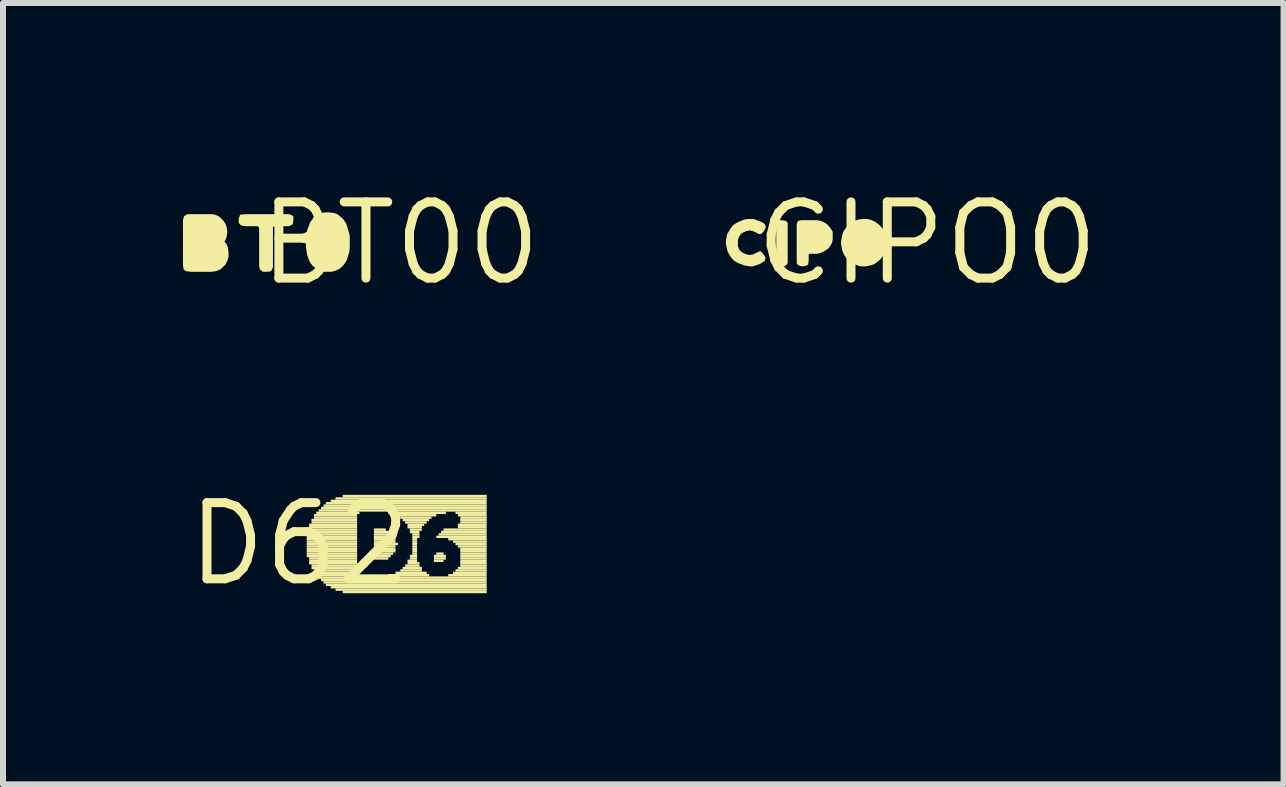
<source format=kicad_pcb>
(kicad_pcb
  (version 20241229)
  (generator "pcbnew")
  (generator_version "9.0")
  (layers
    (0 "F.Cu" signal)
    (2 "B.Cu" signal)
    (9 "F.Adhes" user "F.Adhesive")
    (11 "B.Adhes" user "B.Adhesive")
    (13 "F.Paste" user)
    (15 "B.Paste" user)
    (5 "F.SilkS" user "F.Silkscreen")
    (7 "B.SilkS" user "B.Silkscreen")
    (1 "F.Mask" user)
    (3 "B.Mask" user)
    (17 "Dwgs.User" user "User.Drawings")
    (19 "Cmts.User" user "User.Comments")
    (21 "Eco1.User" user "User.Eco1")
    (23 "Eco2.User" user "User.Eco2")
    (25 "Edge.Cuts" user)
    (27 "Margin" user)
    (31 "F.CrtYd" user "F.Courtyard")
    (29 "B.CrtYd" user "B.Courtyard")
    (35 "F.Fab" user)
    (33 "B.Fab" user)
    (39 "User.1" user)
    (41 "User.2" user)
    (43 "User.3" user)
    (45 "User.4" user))
  (footprint "D62"
    (layer "F.Cu")
    (at 1.943 6.019)
    (property "Reference" "D62" (at 0 0 0) (layer "F.SilkS") (effects (font (size 1.27 1.27) (thickness 0.15))))
    (fp_poly (pts (xy 0.12 -0.18) (xy 0.96 -0.18) (xy 0.96 -0.22) (xy 0.12 -0.22)) (stroke (width 0) (type default)) (fill yes) (layer "F.SilkS"))
    (fp_poly (pts (xy 0.12 -0.14) (xy 0.96 -0.14) (xy 0.96 -0.18) (xy 0.12 -0.18)) (stroke (width 0) (type default)) (fill yes) (layer "F.SilkS"))
    (fp_poly (pts (xy 0.12 -0.1) (xy 0.96 -0.1) (xy 0.96 -0.14) (xy 0.12 -0.14)) (stroke (width 0) (type default)) (fill yes) (layer "F.SilkS"))
    (fp_poly (pts (xy 0.12 -0.06) (xy 0.96 -0.06) (xy 0.96 -0.1) (xy 0.12 -0.1)) (stroke (width 0) (type default)) (fill yes) (layer "F.SilkS"))
    (fp_poly (pts (xy 0.12 -0.02) (xy 0.96 -0.02) (xy 0.96 -0.06) (xy 0.12 -0.06)) (stroke (width 0) (type default)) (fill yes) (layer "F.SilkS"))
    (fp_poly (pts (xy 0.12 0.02) (xy 0.96 0.02) (xy 0.96 -0.02) (xy 0.12 -0.02)) (stroke (width 0) (type default)) (fill yes) (layer "F.SilkS"))
    (fp_poly (pts (xy 0.12 0.06) (xy 0.96 0.06) (xy 0.96 0.02) (xy 0.12 0.02)) (stroke (width 0) (type default)) (fill yes) (layer "F.SilkS"))
    (fp_poly (pts (xy 0.12 0.1) (xy 0.96 0.1) (xy 0.96 0.06) (xy 0.12 0.06)) (stroke (width 0) (type default)) (fill yes) (layer "F.SilkS"))
    (fp_poly (pts (xy 0.12 0.14) (xy 0.96 0.14) (xy 0.96 0.1) (xy 0.12 0.1)) (stroke (width 0) (type default)) (fill yes) (layer "F.SilkS"))
    (fp_poly (pts (xy 0.12 0.18) (xy 0.96 0.18) (xy 0.96 0.14) (xy 0.12 0.14)) (stroke (width 0) (type default)) (fill yes) (layer "F.SilkS"))
    (fp_poly (pts (xy 0.12 0.22) (xy 0.96 0.22) (xy 0.96 0.18) (xy 0.12 0.18)) (stroke (width 0) (type default)) (fill yes) (layer "F.SilkS"))
    (fp_poly (pts (xy 0.16 -0.3) (xy 0.96 -0.3) (xy 0.96 -0.34) (xy 0.16 -0.34)) (stroke (width 0) (type default)) (fill yes) (layer "F.SilkS"))
    (fp_poly (pts (xy 0.16 -0.26) (xy 0.96 -0.26) (xy 0.96 -0.3) (xy 0.16 -0.3)) (stroke (width 0) (type default)) (fill yes) (layer "F.SilkS"))
    (fp_poly (pts (xy 0.16 -0.22) (xy 0.96 -0.22) (xy 0.96 -0.26) (xy 0.16 -0.26)) (stroke (width 0) (type default)) (fill yes) (layer "F.SilkS"))
    (fp_poly (pts (xy 0.16 0.26) (xy 0.96 0.26) (xy 0.96 0.22) (xy 0.16 0.22)) (stroke (width 0) (type default)) (fill yes) (layer "F.SilkS"))
    (fp_poly (pts (xy 0.16 0.3) (xy 0.96 0.3) (xy 0.96 0.26) (xy 0.16 0.26)) (stroke (width 0) (type default)) (fill yes) (layer "F.SilkS"))
    (fp_poly (pts (xy 0.16 0.34) (xy 0.96 0.34) (xy 0.96 0.3) (xy 0.16 0.3)) (stroke (width 0) (type default)) (fill yes) (layer "F.SilkS"))
    (fp_poly (pts (xy 0.2 -0.38) (xy 0.96 -0.38) (xy 0.96 -0.42) (xy 0.2 -0.42)) (stroke (width 0) (type default)) (fill yes) (layer "F.SilkS"))
    (fp_poly (pts (xy 0.2 -0.34) (xy 0.96 -0.34) (xy 0.96 -0.38) (xy 0.2 -0.38)) (stroke (width 0) (type default)) (fill yes) (layer "F.SilkS"))
    (fp_poly (pts (xy 0.2 0.38) (xy 0.96 0.38) (xy 0.96 0.34) (xy 0.2 0.34)) (stroke (width 0) (type default)) (fill yes) (layer "F.SilkS"))
    (fp_poly (pts (xy 0.2 0.42) (xy 0.96 0.42) (xy 0.96 0.38) (xy 0.2 0.38)) (stroke (width 0) (type default)) (fill yes) (layer "F.SilkS"))
    (fp_poly (pts (xy 0.24 -0.46) (xy 0.96 -0.46) (xy 0.96 -0.5) (xy 0.24 -0.5)) (stroke (width 0) (type default)) (fill yes) (layer "F.SilkS"))
    (fp_poly (pts (xy 0.24 -0.42) (xy 0.96 -0.42) (xy 0.96 -0.46) (xy 0.24 -0.46)) (stroke (width 0) (type default)) (fill yes) (layer "F.SilkS"))
    (fp_poly (pts (xy 0.24 0.46) (xy 0.96 0.46) (xy 0.96 0.42) (xy 0.24 0.42)) (stroke (width 0) (type default)) (fill yes) (layer "F.SilkS"))
    (fp_poly (pts (xy 0.24 0.5) (xy 0.96 0.5) (xy 0.96 0.46) (xy 0.24 0.46)) (stroke (width 0) (type default)) (fill yes) (layer "F.SilkS"))
    (fp_poly (pts (xy 0.28 -0.5) (xy 1 -0.5) (xy 1 -0.54) (xy 0.28 -0.54)) (stroke (width 0) (type default)) (fill yes) (layer "F.SilkS"))
    (fp_poly (pts (xy 0.28 0.54) (xy 1 0.54) (xy 1 0.5) (xy 0.28 0.5)) (stroke (width 0) (type default)) (fill yes) (layer "F.SilkS"))
    (fp_poly (pts (xy 0.32 -0.54) (xy 3.12 -0.54) (xy 3.12 -0.58) (xy 0.32 -0.58)) (stroke (width 0) (type default)) (fill yes) (layer "F.SilkS"))
    (fp_poly (pts (xy 0.32 0.58) (xy 3.12 0.58) (xy 3.12 0.54) (xy 0.32 0.54)) (stroke (width 0) (type default)) (fill yes) (layer "F.SilkS"))
    (fp_poly (pts (xy 0.36 -0.58) (xy 3.12 -0.58) (xy 3.12 -0.62) (xy 0.36 -0.62)) (stroke (width 0) (type default)) (fill yes) (layer "F.SilkS"))
    (fp_poly (pts (xy 0.36 0.62) (xy 3.12 0.62) (xy 3.12 0.58) (xy 0.36 0.58)) (stroke (width 0) (type default)) (fill yes) (layer "F.SilkS"))
    (fp_poly (pts (xy 0.4 -0.62) (xy 3.12 -0.62) (xy 3.12 -0.66) (xy 0.4 -0.66)) (stroke (width 0) (type default)) (fill yes) (layer "F.SilkS"))
    (fp_poly (pts (xy 0.4 0.66) (xy 3.12 0.66) (xy 3.12 0.62) (xy 0.4 0.62)) (stroke (width 0) (type default)) (fill yes) (layer "F.SilkS"))
    (fp_poly (pts (xy 0.44 -0.66) (xy 3.12 -0.66) (xy 3.12 -0.7) (xy 0.44 -0.7)) (stroke (width 0) (type default)) (fill yes) (layer "F.SilkS"))
    (fp_poly (pts (xy 0.44 0.7) (xy 3.12 0.7) (xy 3.12 0.66) (xy 0.44 0.66)) (stroke (width 0) (type default)) (fill yes) (layer "F.SilkS"))
    (fp_poly (pts (xy 0.52 -0.7) (xy 3.12 -0.7) (xy 3.12 -0.74) (xy 0.52 -0.74)) (stroke (width 0) (type default)) (fill yes) (layer "F.SilkS"))
    (fp_poly (pts (xy 0.52 0.74) (xy 3.12 0.74) (xy 3.12 0.7) (xy 0.52 0.7)) (stroke (width 0) (type default)) (fill yes) (layer "F.SilkS"))
    (fp_poly (pts (xy 0.6 -0.74) (xy 3.12 -0.74) (xy 3.12 -0.78) (xy 0.6 -0.78)) (stroke (width 0) (type default)) (fill yes) (layer "F.SilkS"))
    (fp_poly (pts (xy 0.6 0.78) (xy 3.12 0.78) (xy 3.12 0.74) (xy 0.6 0.74)) (stroke (width 0) (type default)) (fill yes) (layer "F.SilkS"))
    (fp_poly (pts (xy 0.72 -0.78) (xy 3.12 -0.78) (xy 3.12 -0.82) (xy 0.72 -0.82)) (stroke (width 0) (type default)) (fill yes) (layer "F.SilkS"))
    (fp_poly (pts (xy 0.72 0.82) (xy 3.12 0.82) (xy 3.12 0.78) (xy 0.72 0.78)) (stroke (width 0) (type default)) (fill yes) (layer "F.SilkS"))
    (fp_poly (pts (xy 1.24 -0.22) (xy 1.44 -0.22) (xy 1.44 -0.26) (xy 1.24 -0.26)) (stroke (width 0) (type default)) (fill yes) (layer "F.SilkS"))
    (fp_poly (pts (xy 1.24 -0.18) (xy 1.52 -0.18) (xy 1.52 -0.22) (xy 1.24 -0.22)) (stroke (width 0) (type default)) (fill yes) (layer "F.SilkS"))
    (fp_poly (pts (xy 1.24 -0.14) (xy 1.56 -0.14) (xy 1.56 -0.18) (xy 1.24 -0.18)) (stroke (width 0) (type default)) (fill yes) (layer "F.SilkS"))
    (fp_poly (pts (xy 1.24 -0.1) (xy 1.6 -0.1) (xy 1.6 -0.14) (xy 1.24 -0.14)) (stroke (width 0) (type default)) (fill yes) (layer "F.SilkS"))
    (fp_poly (pts (xy 1.24 -0.06) (xy 1.6 -0.06) (xy 1.6 -0.1) (xy 1.24 -0.1)) (stroke (width 0) (type default)) (fill yes) (layer "F.SilkS"))
    (fp_poly (pts (xy 1.24 -0.02) (xy 1.6 -0.02) (xy 1.6 -0.06) (xy 1.24 -0.06)) (stroke (width 0) (type default)) (fill yes) (layer "F.SilkS"))
    (fp_poly (pts (xy 1.24 0.02) (xy 1.64 0.02) (xy 1.64 -0.02) (xy 1.24 -0.02)) (stroke (width 0) (type default)) (fill yes) (layer "F.SilkS"))
    (fp_poly (pts (xy 1.24 0.06) (xy 1.6 0.06) (xy 1.6 0.02) (xy 1.24 0.02)) (stroke (width 0) (type default)) (fill yes) (layer "F.SilkS"))
    (fp_poly (pts (xy 1.24 0.1) (xy 1.6 0.1) (xy 1.6 0.06) (xy 1.24 0.06)) (stroke (width 0) (type default)) (fill yes) (layer "F.SilkS"))
    (fp_poly (pts (xy 1.24 0.14) (xy 1.6 0.14) (xy 1.6 0.1) (xy 1.24 0.1)) (stroke (width 0) (type default)) (fill yes) (layer "F.SilkS"))
    (fp_poly (pts (xy 1.24 0.18) (xy 1.56 0.18) (xy 1.56 0.14) (xy 1.24 0.14)) (stroke (width 0) (type default)) (fill yes) (layer "F.SilkS"))
    (fp_poly (pts (xy 1.24 0.22) (xy 1.52 0.22) (xy 1.52 0.18) (xy 1.24 0.18)) (stroke (width 0) (type default)) (fill yes) (layer "F.SilkS"))
    (fp_poly (pts (xy 1.24 0.26) (xy 1.48 0.26) (xy 1.48 0.22) (xy 1.24 0.22)) (stroke (width 0) (type default)) (fill yes) (layer "F.SilkS"))
    (fp_poly (pts (xy 1.48 -0.5) (xy 2.44 -0.5) (xy 2.44 -0.54) (xy 1.48 -0.54)) (stroke (width 0) (type default)) (fill yes) (layer "F.SilkS"))
    (fp_poly (pts (xy 1.48 0.54) (xy 2.16 0.54) (xy 2.16 0.5) (xy 1.48 0.5)) (stroke (width 0) (type default)) (fill yes) (layer "F.SilkS"))
    (fp_poly (pts (xy 1.6 -0.46) (xy 2.28 -0.46) (xy 2.28 -0.5) (xy 1.6 -0.5)) (stroke (width 0) (type default)) (fill yes) (layer "F.SilkS"))
    (fp_poly (pts (xy 1.6 0.5) (xy 2.12 0.5) (xy 2.12 0.46) (xy 1.6 0.46)) (stroke (width 0) (type default)) (fill yes) (layer "F.SilkS"))
    (fp_poly (pts (xy 1.68 -0.42) (xy 2.2 -0.42) (xy 2.2 -0.46) (xy 1.68 -0.46)) (stroke (width 0) (type default)) (fill yes) (layer "F.SilkS"))
    (fp_poly (pts (xy 1.68 0.46) (xy 2.04 0.46) (xy 2.04 0.42) (xy 1.68 0.42)) (stroke (width 0) (type default)) (fill yes) (layer "F.SilkS"))
    (fp_poly (pts (xy 1.72 -0.38) (xy 2.16 -0.38) (xy 2.16 -0.42) (xy 1.72 -0.42)) (stroke (width 0) (type default)) (fill yes) (layer "F.SilkS"))
    (fp_poly (pts (xy 1.72 0.42) (xy 2.04 0.42) (xy 2.04 0.38) (xy 1.72 0.38)) (stroke (width 0) (type default)) (fill yes) (layer "F.SilkS"))
    (fp_poly (pts (xy 1.76 -0.34) (xy 2.12 -0.34) (xy 2.12 -0.38) (xy 1.76 -0.38)) (stroke (width 0) (type default)) (fill yes) (layer "F.SilkS"))
    (fp_poly (pts (xy 1.76 0.38) (xy 2 0.38) (xy 2 0.34) (xy 1.76 0.34)) (stroke (width 0) (type default)) (fill yes) (layer "F.SilkS"))
    (fp_poly (pts (xy 1.8 -0.3) (xy 2.08 -0.3) (xy 2.08 -0.34) (xy 1.8 -0.34)) (stroke (width 0) (type default)) (fill yes) (layer "F.SilkS"))
    (fp_poly (pts (xy 1.8 -0.26) (xy 2.04 -0.26) (xy 2.04 -0.3) (xy 1.8 -0.3)) (stroke (width 0) (type default)) (fill yes) (layer "F.SilkS"))
    (fp_poly (pts (xy 1.8 0.3) (xy 1.96 0.3) (xy 1.96 0.26) (xy 1.8 0.26)) (stroke (width 0) (type default)) (fill yes) (layer "F.SilkS"))
    (fp_poly (pts (xy 1.8 0.34) (xy 2 0.34) (xy 2 0.3) (xy 1.8 0.3)) (stroke (width 0) (type default)) (fill yes) (layer "F.SilkS"))
    (fp_poly (pts (xy 1.84 -0.22) (xy 2.04 -0.22) (xy 2.04 -0.26) (xy 1.84 -0.26)) (stroke (width 0) (type default)) (fill yes) (layer "F.SilkS"))
    (fp_poly (pts (xy 1.84 -0.18) (xy 2 -0.18) (xy 2 -0.22) (xy 1.84 -0.22)) (stroke (width 0) (type default)) (fill yes) (layer "F.SilkS"))
    (fp_poly (pts (xy 1.84 0.22) (xy 1.96 0.22) (xy 1.96 0.18) (xy 1.84 0.18)) (stroke (width 0) (type default)) (fill yes) (layer "F.SilkS"))
    (fp_poly (pts (xy 1.84 0.26) (xy 1.96 0.26) (xy 1.96 0.22) (xy 1.84 0.22)) (stroke (width 0) (type default)) (fill yes) (layer "F.SilkS"))
    (fp_poly (pts (xy 1.88 -0.14) (xy 2 -0.14) (xy 2 -0.18) (xy 1.88 -0.18)) (stroke (width 0) (type default)) (fill yes) (layer "F.SilkS"))
    (fp_poly (pts (xy 1.88 -0.1) (xy 2 -0.1) (xy 2 -0.14) (xy 1.88 -0.14)) (stroke (width 0) (type default)) (fill yes) (layer "F.SilkS"))
    (fp_poly (pts (xy 1.88 -0.06) (xy 1.96 -0.06) (xy 1.96 -0.1) (xy 1.88 -0.1)) (stroke (width 0) (type default)) (fill yes) (layer "F.SilkS"))
    (fp_poly (pts (xy 1.88 -0.02) (xy 1.96 -0.02) (xy 1.96 -0.06) (xy 1.88 -0.06)) (stroke (width 0) (type default)) (fill yes) (layer "F.SilkS"))
    (fp_poly (pts (xy 1.88 0.02) (xy 1.96 0.02) (xy 1.96 -0.02) (xy 1.88 -0.02)) (stroke (width 0) (type default)) (fill yes) (layer "F.SilkS"))
    (fp_poly (pts (xy 1.88 0.06) (xy 1.96 0.06) (xy 1.96 0.02) (xy 1.88 0.02)) (stroke (width 0) (type default)) (fill yes) (layer "F.SilkS"))
    (fp_poly (pts (xy 1.88 0.1) (xy 1.96 0.1) (xy 1.96 0.06) (xy 1.88 0.06)) (stroke (width 0) (type default)) (fill yes) (layer "F.SilkS"))
    (fp_poly (pts (xy 1.88 0.14) (xy 1.96 0.14) (xy 1.96 0.1) (xy 1.88 0.1)) (stroke (width 0) (type default)) (fill yes) (layer "F.SilkS"))
    (fp_poly (pts (xy 1.88 0.18) (xy 1.96 0.18) (xy 1.96 0.14) (xy 1.88 0.14)) (stroke (width 0) (type default)) (fill yes) (layer "F.SilkS"))
    (fp_poly (pts (xy 2.24 0.22) (xy 2.44 0.22) (xy 2.44 0.18) (xy 2.24 0.18)) (stroke (width 0) (type default)) (fill yes) (layer "F.SilkS"))
    (fp_poly (pts (xy 2.24 0.26) (xy 2.44 0.26) (xy 2.44 0.22) (xy 2.24 0.22)) (stroke (width 0) (type default)) (fill yes) (layer "F.SilkS"))
    (fp_poly (pts (xy 2.24 0.3) (xy 2.4 0.3) (xy 2.4 0.26) (xy 2.24 0.26)) (stroke (width 0) (type default)) (fill yes) (layer "F.SilkS"))
    (fp_poly (pts (xy 2.28 -0.1) (xy 3.12 -0.1) (xy 3.12 -0.14) (xy 2.28 -0.14)) (stroke (width 0) (type default)) (fill yes) (layer "F.SilkS"))
    (fp_poly (pts (xy 2.28 0.18) (xy 2.4 0.18) (xy 2.4 0.14) (xy 2.28 0.14)) (stroke (width 0) (type default)) (fill yes) (layer "F.SilkS"))
    (fp_poly (pts (xy 2.32 -0.14) (xy 3.12 -0.14) (xy 3.12 -0.18) (xy 2.32 -0.18)) (stroke (width 0) (type default)) (fill yes) (layer "F.SilkS"))
    (fp_poly (pts (xy 2.36 -0.18) (xy 3.12 -0.18) (xy 3.12 -0.22) (xy 2.36 -0.22)) (stroke (width 0) (type default)) (fill yes) (layer "F.SilkS"))
    (fp_poly (pts (xy 2.4 -0.22) (xy 3.12 -0.22) (xy 3.12 -0.26) (xy 2.4 -0.26)) (stroke (width 0) (type default)) (fill yes) (layer "F.SilkS"))
    (fp_poly (pts (xy 2.48 -0.06) (xy 3.12 -0.06) (xy 3.12 -0.1) (xy 2.48 -0.1)) (stroke (width 0) (type default)) (fill yes) (layer "F.SilkS"))
    (fp_poly (pts (xy 2.48 0.54) (xy 3.12 0.54) (xy 3.12 0.5) (xy 2.48 0.5)) (stroke (width 0) (type default)) (fill yes) (layer "F.SilkS"))
    (fp_poly (pts (xy 2.56 -0.02) (xy 3.12 -0.02) (xy 3.12 -0.06) (xy 2.56 -0.06)) (stroke (width 0) (type default)) (fill yes) (layer "F.SilkS"))
    (fp_poly (pts (xy 2.56 0.5) (xy 3.12 0.5) (xy 3.12 0.46) (xy 2.56 0.46)) (stroke (width 0) (type default)) (fill yes) (layer "F.SilkS"))
    (fp_poly (pts (xy 2.6 -0.5) (xy 3.12 -0.5) (xy 3.12 -0.54) (xy 2.6 -0.54)) (stroke (width 0) (type default)) (fill yes) (layer "F.SilkS"))
    (fp_poly (pts (xy 2.6 0.02) (xy 3.12 0.02) (xy 3.12 -0.02) (xy 2.6 -0.02)) (stroke (width 0) (type default)) (fill yes) (layer "F.SilkS"))
    (fp_poly (pts (xy 2.6 0.46) (xy 3.12 0.46) (xy 3.12 0.42) (xy 2.6 0.42)) (stroke (width 0) (type default)) (fill yes) (layer "F.SilkS"))
    (fp_poly (pts (xy 2.64 -0.46) (xy 3.12 -0.46) (xy 3.12 -0.5) (xy 2.64 -0.5)) (stroke (width 0) (type default)) (fill yes) (layer "F.SilkS"))
    (fp_poly (pts (xy 2.64 -0.3) (xy 3.12 -0.3) (xy 3.12 -0.34) (xy 2.64 -0.34)) (stroke (width 0) (type default)) (fill yes) (layer "F.SilkS"))
    (fp_poly (pts (xy 2.64 -0.26) (xy 3.12 -0.26) (xy 3.12 -0.3) (xy 2.64 -0.3)) (stroke (width 0) (type default)) (fill yes) (layer "F.SilkS"))
    (fp_poly (pts (xy 2.64 0.06) (xy 3.12 0.06) (xy 3.12 0.02) (xy 2.64 0.02)) (stroke (width 0) (type default)) (fill yes) (layer "F.SilkS"))
    (fp_poly (pts (xy 2.64 0.42) (xy 3.12 0.42) (xy 3.12 0.38) (xy 2.64 0.38)) (stroke (width 0) (type default)) (fill yes) (layer "F.SilkS"))
    (fp_poly (pts (xy 2.68 -0.42) (xy 3.12 -0.42) (xy 3.12 -0.46) (xy 2.68 -0.46)) (stroke (width 0) (type default)) (fill yes) (layer "F.SilkS"))
    (fp_poly (pts (xy 2.68 -0.38) (xy 3.12 -0.38) (xy 3.12 -0.42) (xy 2.68 -0.42)) (stroke (width 0) (type default)) (fill yes) (layer "F.SilkS"))
    (fp_poly (pts (xy 2.68 -0.34) (xy 3.12 -0.34) (xy 3.12 -0.38) (xy 2.68 -0.38)) (stroke (width 0) (type default)) (fill yes) (layer "F.SilkS"))
    (fp_poly (pts (xy 2.68 0.1) (xy 3.12 0.1) (xy 3.12 0.06) (xy 2.68 0.06)) (stroke (width 0) (type default)) (fill yes) (layer "F.SilkS"))
    (fp_poly (pts (xy 2.68 0.14) (xy 3.12 0.14) (xy 3.12 0.1) (xy 2.68 0.1)) (stroke (width 0) (type default)) (fill yes) (layer "F.SilkS"))
    (fp_poly (pts (xy 2.68 0.18) (xy 3.12 0.18) (xy 3.12 0.14) (xy 2.68 0.14)) (stroke (width 0) (type default)) (fill yes) (layer "F.SilkS"))
    (fp_poly (pts (xy 2.68 0.22) (xy 3.12 0.22) (xy 3.12 0.18) (xy 2.68 0.18)) (stroke (width 0) (type default)) (fill yes) (layer "F.SilkS"))
    (fp_poly (pts (xy 2.68 0.26) (xy 3.12 0.26) (xy 3.12 0.22) (xy 2.68 0.22)) (stroke (width 0) (type default)) (fill yes) (layer "F.SilkS"))
    (fp_poly (pts (xy 2.68 0.3) (xy 3.12 0.3) (xy 3.12 0.26) (xy 2.68 0.26)) (stroke (width 0) (type default)) (fill yes) (layer "F.SilkS"))
    (fp_poly (pts (xy 2.68 0.34) (xy 3.12 0.34) (xy 3.12 0.3) (xy 2.68 0.3)) (stroke (width 0) (type default)) (fill yes) (layer "F.SilkS"))
    (fp_poly (pts (xy 2.68 0.38) (xy 3.12 0.38) (xy 3.12 0.34) (xy 2.68 0.34)) (stroke (width 0) (type default)) (fill yes) (layer "F.SilkS")))
  (footprint "BT00"
    (layer "F.Cu")
    (at 3.625 1.006)
    (property "Reference" "BT00" (at 0 0 0) (layer "F.SilkS") (effects (font (size 1.27 1.27) (thickness 0.15))))
    (fp_poly (pts (xy -1.785 -0.453) (xy -1.785 -0.38) (xy -1.795 -0.317) (xy -1.859 -0.285) (xy -2.07 -0.285) (xy -2.125 -0.276) (xy -2.125 0.401) (xy -2.157 0.465) (xy -2.22 0.475) (xy -2.292 0.475) (xy -2.345 0.433) (xy -2.355 0.37) (xy -2.355 -0.249) (xy -2.373 -0.285) (xy -2.58 -0.285) (xy -2.652 -0.295) (xy -2.695 -0.338) (xy -2.695 -0.411) (xy -2.674 -0.475) (xy -2.6 -0.485) (xy -1.849 -0.485)) (stroke (width 0) (type default)) (fill yes) (layer "F.SilkS"))
    (fp_poly (pts (xy -3.058 -0.465) (xy -3.007 -0.434) (xy -2.956 -0.383) (xy -2.915 -0.322) (xy -2.895 -0.261) (xy -2.885 -0.19) (xy -2.895 -0.119) (xy -2.915 -0.058) (xy -2.934 -0.03) (xy -2.896 0.018) (xy -2.875 0.079) (xy -2.865 0.15) (xy -2.865 0.221) (xy -2.885 0.292) (xy -2.916 0.353) (xy -2.967 0.404) (xy -3.018 0.444) (xy -3.079 0.465) (xy -3.15 0.475) (xy -3.49 0.475) (xy -3.572 0.465) (xy -3.615 0.433) (xy -3.625 0.36) (xy -3.625 -0.391) (xy -3.604 -0.453) (xy -3.551 -0.485) (xy -3.129 -0.485)) (stroke (width 0) (type default)) (fill yes) (layer "F.SilkS"))
    (fp_poly (pts (xy -1.109 -0.505) (xy -1.048 -0.484) (xy -0.987 -0.434) (xy -0.946 -0.393) (xy -0.905 -0.332) (xy -0.885 -0.271) (xy -0.864 -0.196) (xy -0.864 -0.196) (xy -0.845 -0.131) (xy -0.845 0.08) (xy -0.855 0.151) (xy -0.875 0.221) (xy -0.895 0.282) (xy -0.926 0.333) (xy -0.966 0.384) (xy -1.017 0.424) (xy -1.078 0.455) (xy -1.149 0.475) (xy -1.291 0.475) (xy -1.352 0.455) (xy -1.413 0.414) (xy -1.464 0.374) (xy -1.504 0.323) (xy -1.535 0.252) (xy -1.555 0.191) (xy -1.565 0.131) (xy -1.575 0.06) (xy -1.575 -0.09) (xy -1.565 -0.161) (xy -1.555 -0.221) (xy -1.525 -0.292) (xy -1.504 -0.352) (xy -1.464 -0.403) (xy -1.444 -0.444) (xy -1.382 -0.474) (xy -1.322 -0.505) (xy -1.25 -0.515) (xy -1.18 -0.515)) (stroke (width 0) (type default)) (fill yes) (layer "F.SilkS")))
  (footprint "CIPO0"
    (layer "F.Cu")
    (at 12.406 1.006)
    (property "Reference" "CIPO0" (at 0 0 0) (layer "F.SilkS") (effects (font (size 1.27 1.27) (thickness 0.15))))
    (fp_poly (pts (xy -2.358 -0.375) (xy -2.325 -0.342) (xy -2.325 0.321) (xy -2.346 0.364) (xy -2.389 0.385) (xy -2.462 0.385) (xy -2.504 0.353) (xy -2.515 0.311) (xy -2.515 -0.342) (xy -2.482 -0.385) (xy -2.42 -0.385)) (stroke (width 0) (type default)) (fill yes) (layer "F.SilkS"))
    (fp_poly (pts (xy -1.779 -0.375) (xy -1.728 -0.354) (xy -1.677 -0.324) (xy -1.636 -0.283) (xy -1.606 -0.243) (xy -1.575 -0.191) (xy -1.575 -0.06) (xy -1.585 -0.008) (xy -1.616 0.043) (xy -1.646 0.084) (xy -1.687 0.114) (xy -1.733 0.142) (xy -1.733 0.143) (xy -1.738 0.144) (xy -1.742 0.147) (xy -1.742 0.146) (xy -1.789 0.165) (xy -1.84 0.175) (xy -1.949 0.175) (xy -1.975 0.184) (xy -1.975 0.29) (xy -1.985 0.353) (xy -2.018 0.375) (xy -2.09 0.385) (xy -2.153 0.364) (xy -2.175 0.332) (xy -2.175 -0.321) (xy -2.154 -0.374) (xy -2.1 -0.385) (xy -1.83 -0.385)) (stroke (width 0) (type default)) (fill yes) (layer "F.SilkS"))
    (fp_poly (pts (xy -0.949 -0.395) (xy -0.898 -0.374) (xy -0.847 -0.344) (xy -0.807 -0.314) (xy -0.766 -0.273) (xy -0.736 -0.233) (xy -0.706 -0.182) (xy -0.685 -0.131) (xy -0.675 -0.08) (xy -0.675 0.03) (xy -0.685 0.091) (xy -0.705 0.142) (xy -0.726 0.192) (xy -0.756 0.233) (xy -0.786 0.274) (xy -0.837 0.314) (xy -0.878 0.344) (xy -0.929 0.365) (xy -0.979 0.375) (xy -1.03 0.385) (xy -1.09 0.385) (xy -1.141 0.375) (xy -1.192 0.355) (xy -1.242 0.334) (xy -1.283 0.304) (xy -1.334 0.264) (xy -1.364 0.223) (xy -1.392 0.177) (xy -1.392 0.177) (xy -1.394 0.172) (xy -1.397 0.168) (xy -1.396 0.168) (xy -1.415 0.121) (xy -1.425 0.071) (xy -1.435 0.02) (xy -1.435 -0.04) (xy -1.425 -0.091) (xy -1.415 -0.141) (xy -1.394 -0.202) (xy -1.364 -0.243) (xy -1.334 -0.283) (xy -1.293 -0.324) (xy -1.242 -0.354) (xy -1.202 -0.375) (xy -1.151 -0.395) (xy -1.09 -0.405) (xy -1 -0.405)) (stroke (width 0) (type default)) (fill yes) (layer "F.SilkS"))
    (fp_poly (pts (xy -2.838 -0.385) (xy -2.788 -0.365) (xy -2.737 -0.344) (xy -2.695 -0.302) (xy -2.695 -0.249) (xy -2.726 -0.197) (xy -2.768 -0.155) (xy -2.811 -0.155) (xy -2.862 -0.186) (xy -2.911 -0.205) (xy -2.96 -0.215) (xy -3.009 -0.205) (xy -3.058 -0.186) (xy -3.106 -0.156) (xy -3.136 -0.108) (xy -3.155 -0.059) (xy -3.155 0.049) (xy -3.136 0.098) (xy -3.107 0.136) (xy -3.058 0.166) (xy -3.009 0.185) (xy -2.96 0.195) (xy -2.902 0.185) (xy -2.862 0.166) (xy -2.801 0.135) (xy -2.768 0.135) (xy -2.726 0.187) (xy -2.695 0.239) (xy -2.706 0.293) (xy -2.757 0.324) (xy -2.788 0.345) (xy -2.848 0.365) (xy -2.909 0.385) (xy -2.96 0.385) (xy -3.011 0.375) (xy -3.061 0.365) (xy -3.112 0.345) (xy -3.162 0.324) (xy -3.213 0.294) (xy -3.254 0.253) (xy -3.284 0.213) (xy -3.314 0.162) (xy -3.335 0.111) (xy -3.345 0.061) (xy -3.355 0.01) (xy -3.355 -0.05) (xy -3.345 -0.101) (xy -3.335 -0.152) (xy -3.304 -0.203) (xy -3.274 -0.253) (xy -3.244 -0.294) (xy -3.203 -0.324) (xy -3.152 -0.354) (xy -3.102 -0.375) (xy -3.051 -0.395) (xy -3 -0.405) (xy -2.889 -0.405)) (stroke (width 0) (type default)) (fill yes) (layer "F.SilkS")))
  (gr_rect
    (start -3 -3)
    (end 18.347 10.025)
    (stroke (width 0.1) (type default))
    (fill no)
    (layer "Edge.Cuts")))
</source>
